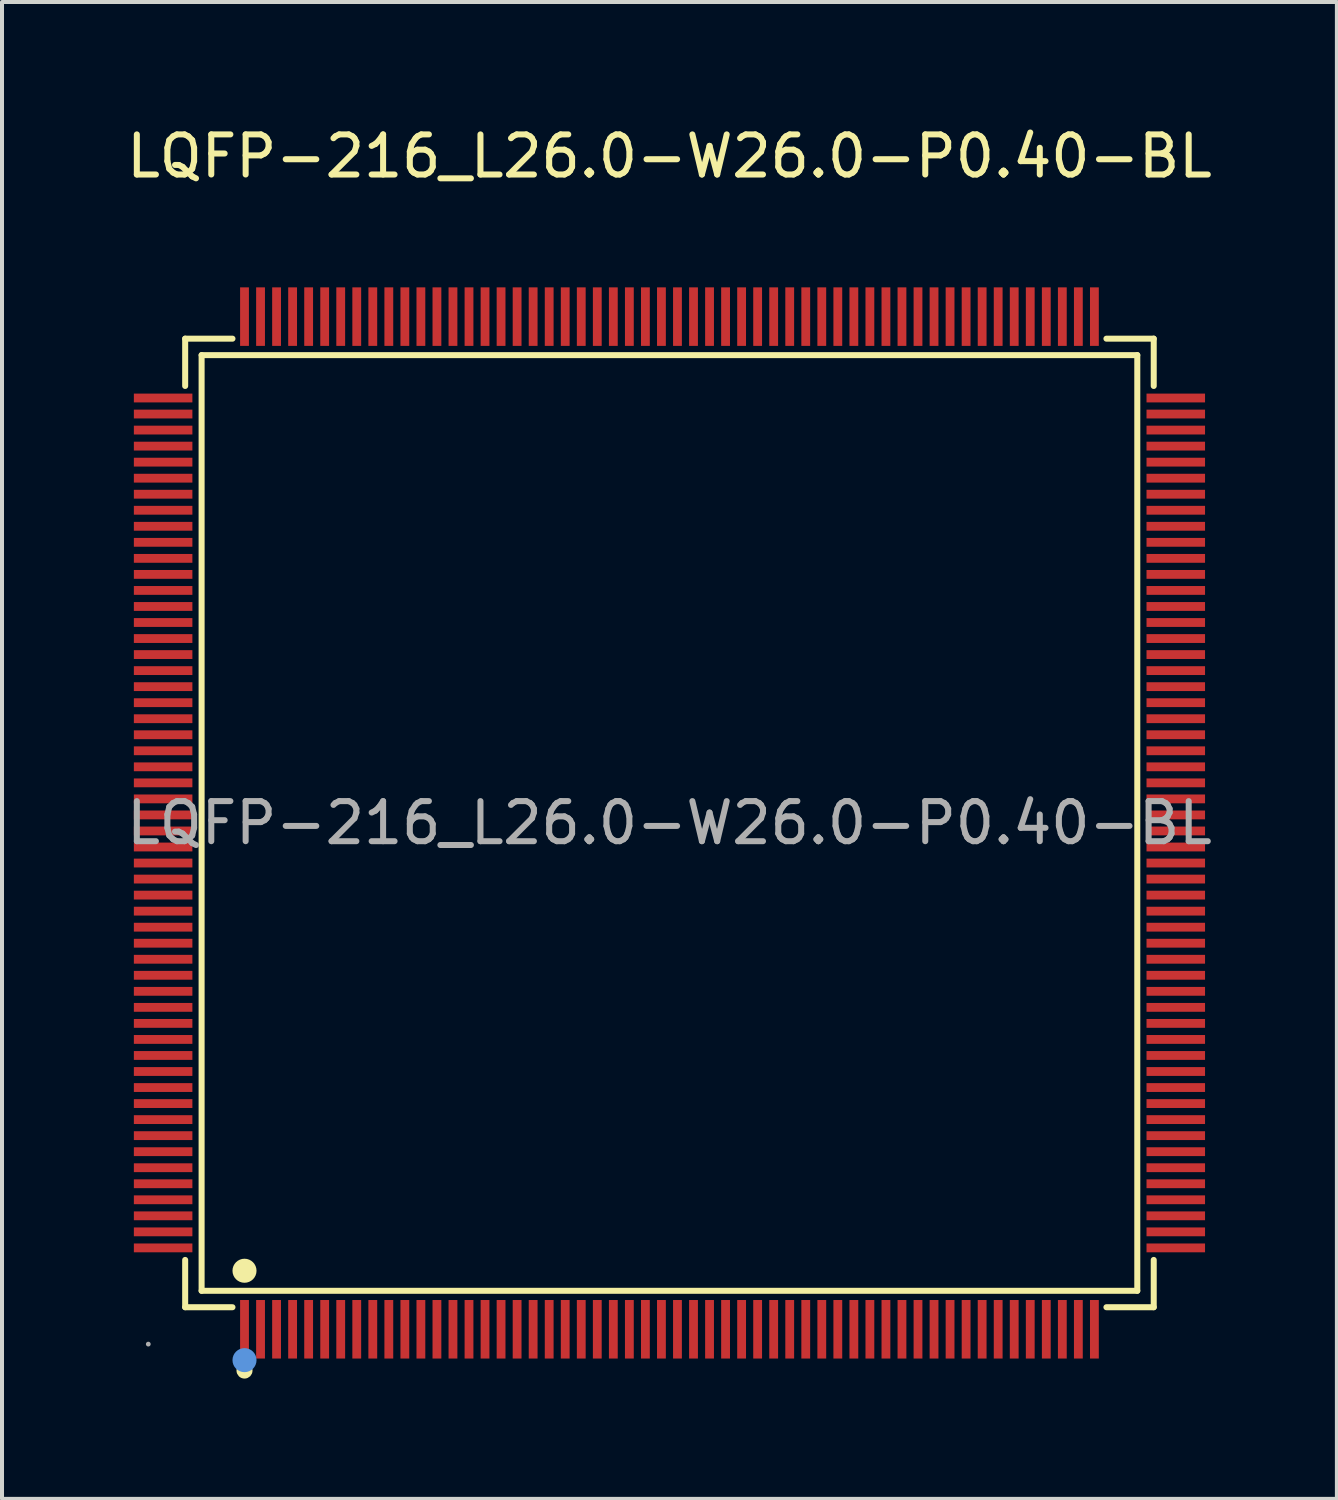
<source format=kicad_pcb>
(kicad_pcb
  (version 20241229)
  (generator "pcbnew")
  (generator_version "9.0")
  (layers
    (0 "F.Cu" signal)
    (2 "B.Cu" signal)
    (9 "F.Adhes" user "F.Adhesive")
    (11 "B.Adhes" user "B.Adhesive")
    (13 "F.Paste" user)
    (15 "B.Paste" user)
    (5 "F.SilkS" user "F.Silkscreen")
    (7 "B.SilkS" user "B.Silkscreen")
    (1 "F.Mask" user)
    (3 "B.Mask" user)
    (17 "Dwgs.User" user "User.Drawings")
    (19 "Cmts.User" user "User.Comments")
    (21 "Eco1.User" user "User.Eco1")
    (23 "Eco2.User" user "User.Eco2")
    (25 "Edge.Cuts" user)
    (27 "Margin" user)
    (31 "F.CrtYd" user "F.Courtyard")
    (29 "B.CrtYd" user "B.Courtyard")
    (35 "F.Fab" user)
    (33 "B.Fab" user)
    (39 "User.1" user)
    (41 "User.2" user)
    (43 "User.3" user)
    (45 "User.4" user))
  (footprint "LQFP-216_L26.0-W26.0-P0.40-BL"
    (layer "F.Cu")
    (at 13.649 17.478)
    (property "Reference" "LQFP-216_L26.0-W26.0-P0.40-BL" (at 0 -16.63 0) (layer "F.SilkS") (effects (font (size 1 1) (thickness 0.15))))
    (attr through_hole)
    (fp_line (start -12.08 -12.08) (end -10.9 -12.08) (stroke (width 0.15) (type solid)) (layer "F.SilkS"))
    (fp_line (start -12.08 -10.9) (end -12.08 -12.08) (stroke (width 0.15) (type solid)) (layer "F.SilkS"))
    (fp_line (start -12.08 10.9) (end -12.08 12.08) (stroke (width 0.15) (type solid)) (layer "F.SilkS"))
    (fp_line (start -12.08 12.08) (end -10.9 12.08) (stroke (width 0.15) (type solid)) (layer "F.SilkS"))
    (fp_line (start -11.67 -11.67) (end 11.67 -11.67) (stroke (width 0.15) (type solid)) (layer "F.SilkS"))
    (fp_line (start -11.67 11.67) (end -11.67 -11.67) (stroke (width 0.15) (type solid)) (layer "F.SilkS"))
    (fp_line (start 11.67 -11.67) (end 11.67 11.67) (stroke (width 0.15) (type solid)) (layer "F.SilkS"))
    (fp_line (start 11.67 11.67) (end -11.67 11.67) (stroke (width 0.15) (type solid)) (layer "F.SilkS"))
    (fp_line (start 12.08 -12.08) (end 10.9 -12.08) (stroke (width 0.15) (type solid)) (layer "F.SilkS"))
    (fp_line (start 12.08 -10.9) (end 12.08 -12.08) (stroke (width 0.15) (type solid)) (layer "F.SilkS"))
    (fp_line (start 12.08 10.9) (end 12.08 12.08) (stroke (width 0.15) (type solid)) (layer "F.SilkS"))
    (fp_line (start 12.08 12.08) (end 10.9 12.08) (stroke (width 0.15) (type solid)) (layer "F.SilkS"))
    (fp_circle (center -10.6 11.17) (end -10.45 11.17) (stroke (width 0.3) (type solid)) (fill no) (layer "F.SilkS"))
    (fp_circle (center -10.6 13.66) (end -10.5 13.66) (stroke (width 0.2) (type solid)) (fill no) (layer "F.SilkS"))
    (fp_circle (center -10.6 13.4) (end -10.45 13.4) (stroke (width 0.3) (type solid)) (fill no) (layer "Cmts.User"))
    (fp_circle (center -13 13) (end -12.97 13) (stroke (width 0.06) (type solid)) (fill no) (layer "F.Fab"))
    (fp_text user "${REFERENCE}" (at 0 0 0) (layer "F.Fab") (effects (font (size 1 1) (thickness 0.15))))
    (pad "1" smd rect (at -10.6 12.63) (size 0.22 1.46) (layers "F.Cu" "F.Mask" "F.Paste"))
    (pad "2" smd rect (at -10.2 12.63) (size 0.22 1.46) (layers "F.Cu" "F.Mask" "F.Paste"))
    (pad "3" smd rect (at -9.8 12.63) (size 0.22 1.46) (layers "F.Cu" "F.Mask" "F.Paste"))
    (pad "4" smd rect (at -9.4 12.63) (size 0.22 1.46) (layers "F.Cu" "F.Mask" "F.Paste"))
    (pad "5" smd rect (at -9 12.63) (size 0.22 1.46) (layers "F.Cu" "F.Mask" "F.Paste"))
    (pad "6" smd rect (at -8.6 12.63) (size 0.22 1.46) (layers "F.Cu" "F.Mask" "F.Paste"))
    (pad "7" smd rect (at -8.2 12.63) (size 0.22 1.46) (layers "F.Cu" "F.Mask" "F.Paste"))
    (pad "8" smd rect (at -7.8 12.63) (size 0.22 1.46) (layers "F.Cu" "F.Mask" "F.Paste"))
    (pad "9" smd rect (at -7.4 12.63) (size 0.22 1.46) (layers "F.Cu" "F.Mask" "F.Paste"))
    (pad "10" smd rect (at -7 12.63) (size 0.22 1.46) (layers "F.Cu" "F.Mask" "F.Paste"))
    (pad "11" smd rect (at -6.6 12.63) (size 0.22 1.46) (layers "F.Cu" "F.Mask" "F.Paste"))
    (pad "12" smd rect (at -6.2 12.63) (size 0.22 1.46) (layers "F.Cu" "F.Mask" "F.Paste"))
    (pad "13" smd rect (at -5.8 12.63) (size 0.22 1.46) (layers "F.Cu" "F.Mask" "F.Paste"))
    (pad "14" smd rect (at -5.4 12.63) (size 0.22 1.46) (layers "F.Cu" "F.Mask" "F.Paste"))
    (pad "15" smd rect (at -5 12.63) (size 0.22 1.46) (layers "F.Cu" "F.Mask" "F.Paste"))
    (pad "16" smd rect (at -4.6 12.63) (size 0.22 1.46) (layers "F.Cu" "F.Mask" "F.Paste"))
    (pad "17" smd rect (at -4.2 12.63) (size 0.22 1.46) (layers "F.Cu" "F.Mask" "F.Paste"))
    (pad "18" smd rect (at -3.8 12.63) (size 0.22 1.46) (layers "F.Cu" "F.Mask" "F.Paste"))
    (pad "19" smd rect (at -3.4 12.63) (size 0.22 1.46) (layers "F.Cu" "F.Mask" "F.Paste"))
    (pad "20" smd rect (at -3 12.63) (size 0.22 1.46) (layers "F.Cu" "F.Mask" "F.Paste"))
    (pad "21" smd rect (at -2.6 12.63) (size 0.22 1.46) (layers "F.Cu" "F.Mask" "F.Paste"))
    (pad "22" smd rect (at -2.2 12.63) (size 0.22 1.46) (layers "F.Cu" "F.Mask" "F.Paste"))
    (pad "23" smd rect (at -1.8 12.63) (size 0.22 1.46) (layers "F.Cu" "F.Mask" "F.Paste"))
    (pad "24" smd rect (at -1.4 12.63) (size 0.22 1.46) (layers "F.Cu" "F.Mask" "F.Paste"))
    (pad "25" smd rect (at -1 12.63) (size 0.22 1.46) (layers "F.Cu" "F.Mask" "F.Paste"))
    (pad "26" smd rect (at -0.6 12.63) (size 0.22 1.46) (layers "F.Cu" "F.Mask" "F.Paste"))
    (pad "27" smd rect (at -0.2 12.63) (size 0.22 1.46) (layers "F.Cu" "F.Mask" "F.Paste"))
    (pad "28" smd rect (at 0.2 12.63) (size 0.22 1.46) (layers "F.Cu" "F.Mask" "F.Paste"))
    (pad "29" smd rect (at 0.6 12.63) (size 0.22 1.46) (layers "F.Cu" "F.Mask" "F.Paste"))
    (pad "30" smd rect (at 1 12.63) (size 0.22 1.46) (layers "F.Cu" "F.Mask" "F.Paste"))
    (pad "31" smd rect (at 1.4 12.63) (size 0.22 1.46) (layers "F.Cu" "F.Mask" "F.Paste"))
    (pad "32" smd rect (at 1.8 12.63) (size 0.22 1.46) (layers "F.Cu" "F.Mask" "F.Paste"))
    (pad "33" smd rect (at 2.2 12.63) (size 0.22 1.46) (layers "F.Cu" "F.Mask" "F.Paste"))
    (pad "34" smd rect (at 2.6 12.63) (size 0.22 1.46) (layers "F.Cu" "F.Mask" "F.Paste"))
    (pad "35" smd rect (at 3 12.63) (size 0.22 1.46) (layers "F.Cu" "F.Mask" "F.Paste"))
    (pad "36" smd rect (at 3.4 12.63) (size 0.22 1.46) (layers "F.Cu" "F.Mask" "F.Paste"))
    (pad "37" smd rect (at 3.8 12.63) (size 0.22 1.46) (layers "F.Cu" "F.Mask" "F.Paste"))
    (pad "38" smd rect (at 4.2 12.63) (size 0.22 1.46) (layers "F.Cu" "F.Mask" "F.Paste"))
    (pad "39" smd rect (at 4.6 12.63) (size 0.22 1.46) (layers "F.Cu" "F.Mask" "F.Paste"))
    (pad "40" smd rect (at 5 12.63) (size 0.22 1.46) (layers "F.Cu" "F.Mask" "F.Paste"))
    (pad "41" smd rect (at 5.4 12.63) (size 0.22 1.46) (layers "F.Cu" "F.Mask" "F.Paste"))
    (pad "42" smd rect (at 5.8 12.63) (size 0.22 1.46) (layers "F.Cu" "F.Mask" "F.Paste"))
    (pad "43" smd rect (at 6.2 12.63) (size 0.22 1.46) (layers "F.Cu" "F.Mask" "F.Paste"))
    (pad "44" smd rect (at 6.6 12.63) (size 0.22 1.46) (layers "F.Cu" "F.Mask" "F.Paste"))
    (pad "45" smd rect (at 7 12.63) (size 0.22 1.46) (layers "F.Cu" "F.Mask" "F.Paste"))
    (pad "46" smd rect (at 7.4 12.63) (size 0.22 1.46) (layers "F.Cu" "F.Mask" "F.Paste"))
    (pad "47" smd rect (at 7.8 12.63) (size 0.22 1.46) (layers "F.Cu" "F.Mask" "F.Paste"))
    (pad "48" smd rect (at 8.2 12.63) (size 0.22 1.46) (layers "F.Cu" "F.Mask" "F.Paste"))
    (pad "49" smd rect (at 8.6 12.63) (size 0.22 1.46) (layers "F.Cu" "F.Mask" "F.Paste"))
    (pad "50" smd rect (at 9 12.63) (size 0.22 1.46) (layers "F.Cu" "F.Mask" "F.Paste"))
    (pad "51" smd rect (at 9.4 12.63) (size 0.22 1.46) (layers "F.Cu" "F.Mask" "F.Paste"))
    (pad "52" smd rect (at 9.8 12.63) (size 0.22 1.46) (layers "F.Cu" "F.Mask" "F.Paste"))
    (pad "53" smd rect (at 10.2 12.63) (size 0.22 1.46) (layers "F.Cu" "F.Mask" "F.Paste"))
    (pad "54" smd rect (at 10.6 12.63) (size 0.22 1.46) (layers "F.Cu" "F.Mask" "F.Paste"))
    (pad "55" smd rect (at 12.63 10.6) (size 1.46 0.22) (layers "F.Cu" "F.Mask" "F.Paste"))
    (pad "56" smd rect (at 12.63 10.2) (size 1.46 0.22) (layers "F.Cu" "F.Mask" "F.Paste"))
    (pad "57" smd rect (at 12.63 9.8) (size 1.46 0.22) (layers "F.Cu" "F.Mask" "F.Paste"))
    (pad "58" smd rect (at 12.63 9.4) (size 1.46 0.22) (layers "F.Cu" "F.Mask" "F.Paste"))
    (pad "59" smd rect (at 12.63 9) (size 1.46 0.22) (layers "F.Cu" "F.Mask" "F.Paste"))
    (pad "60" smd rect (at 12.63 8.6) (size 1.46 0.22) (layers "F.Cu" "F.Mask" "F.Paste"))
    (pad "61" smd rect (at 12.63 8.2) (size 1.46 0.22) (layers "F.Cu" "F.Mask" "F.Paste"))
    (pad "62" smd rect (at 12.63 7.8) (size 1.46 0.22) (layers "F.Cu" "F.Mask" "F.Paste"))
    (pad "63" smd rect (at 12.63 7.4) (size 1.46 0.22) (layers "F.Cu" "F.Mask" "F.Paste"))
    (pad "64" smd rect (at 12.63 7) (size 1.46 0.22) (layers "F.Cu" "F.Mask" "F.Paste"))
    (pad "65" smd rect (at 12.63 6.6) (size 1.46 0.22) (layers "F.Cu" "F.Mask" "F.Paste"))
    (pad "66" smd rect (at 12.63 6.2) (size 1.46 0.22) (layers "F.Cu" "F.Mask" "F.Paste"))
    (pad "67" smd rect (at 12.63 5.8) (size 1.46 0.22) (layers "F.Cu" "F.Mask" "F.Paste"))
    (pad "68" smd rect (at 12.63 5.4) (size 1.46 0.22) (layers "F.Cu" "F.Mask" "F.Paste"))
    (pad "69" smd rect (at 12.63 5) (size 1.46 0.22) (layers "F.Cu" "F.Mask" "F.Paste"))
    (pad "70" smd rect (at 12.63 4.6) (size 1.46 0.22) (layers "F.Cu" "F.Mask" "F.Paste"))
    (pad "71" smd rect (at 12.63 4.2) (size 1.46 0.22) (layers "F.Cu" "F.Mask" "F.Paste"))
    (pad "72" smd rect (at 12.63 3.8) (size 1.46 0.22) (layers "F.Cu" "F.Mask" "F.Paste"))
    (pad "73" smd rect (at 12.63 3.4) (size 1.46 0.22) (layers "F.Cu" "F.Mask" "F.Paste"))
    (pad "74" smd rect (at 12.63 3) (size 1.46 0.22) (layers "F.Cu" "F.Mask" "F.Paste"))
    (pad "75" smd rect (at 12.63 2.6) (size 1.46 0.22) (layers "F.Cu" "F.Mask" "F.Paste"))
    (pad "76" smd rect (at 12.63 2.2) (size 1.46 0.22) (layers "F.Cu" "F.Mask" "F.Paste"))
    (pad "77" smd rect (at 12.63 1.8) (size 1.46 0.22) (layers "F.Cu" "F.Mask" "F.Paste"))
    (pad "78" smd rect (at 12.63 1.4) (size 1.46 0.22) (layers "F.Cu" "F.Mask" "F.Paste"))
    (pad "79" smd rect (at 12.63 1) (size 1.46 0.22) (layers "F.Cu" "F.Mask" "F.Paste"))
    (pad "80" smd rect (at 12.63 0.6) (size 1.46 0.22) (layers "F.Cu" "F.Mask" "F.Paste"))
    (pad "81" smd rect (at 12.63 0.2) (size 1.46 0.22) (layers "F.Cu" "F.Mask" "F.Paste"))
    (pad "82" smd rect (at 12.63 -0.2) (size 1.46 0.22) (layers "F.Cu" "F.Mask" "F.Paste"))
    (pad "83" smd rect (at 12.63 -0.6) (size 1.46 0.22) (layers "F.Cu" "F.Mask" "F.Paste"))
    (pad "84" smd rect (at 12.63 -1) (size 1.46 0.22) (layers "F.Cu" "F.Mask" "F.Paste"))
    (pad "85" smd rect (at 12.63 -1.4) (size 1.46 0.22) (layers "F.Cu" "F.Mask" "F.Paste"))
    (pad "86" smd rect (at 12.63 -1.8) (size 1.46 0.22) (layers "F.Cu" "F.Mask" "F.Paste"))
    (pad "87" smd rect (at 12.63 -2.2) (size 1.46 0.22) (layers "F.Cu" "F.Mask" "F.Paste"))
    (pad "88" smd rect (at 12.63 -2.6) (size 1.46 0.22) (layers "F.Cu" "F.Mask" "F.Paste"))
    (pad "89" smd rect (at 12.63 -3) (size 1.46 0.22) (layers "F.Cu" "F.Mask" "F.Paste"))
    (pad "90" smd rect (at 12.63 -3.4) (size 1.46 0.22) (layers "F.Cu" "F.Mask" "F.Paste"))
    (pad "91" smd rect (at 12.63 -3.8) (size 1.46 0.22) (layers "F.Cu" "F.Mask" "F.Paste"))
    (pad "92" smd rect (at 12.63 -4.2) (size 1.46 0.22) (layers "F.Cu" "F.Mask" "F.Paste"))
    (pad "93" smd rect (at 12.63 -4.6) (size 1.46 0.22) (layers "F.Cu" "F.Mask" "F.Paste"))
    (pad "94" smd rect (at 12.63 -5) (size 1.46 0.22) (layers "F.Cu" "F.Mask" "F.Paste"))
    (pad "95" smd rect (at 12.63 -5.4) (size 1.46 0.22) (layers "F.Cu" "F.Mask" "F.Paste"))
    (pad "96" smd rect (at 12.63 -5.8) (size 1.46 0.22) (layers "F.Cu" "F.Mask" "F.Paste"))
    (pad "97" smd rect (at 12.63 -6.2) (size 1.46 0.22) (layers "F.Cu" "F.Mask" "F.Paste"))
    (pad "98" smd rect (at 12.63 -6.6) (size 1.46 0.22) (layers "F.Cu" "F.Mask" "F.Paste"))
    (pad "99" smd rect (at 12.63 -7) (size 1.46 0.22) (layers "F.Cu" "F.Mask" "F.Paste"))
    (pad "100" smd rect (at 12.63 -7.4) (size 1.46 0.22) (layers "F.Cu" "F.Mask" "F.Paste"))
    (pad "101" smd rect (at 12.63 -7.8) (size 1.46 0.22) (layers "F.Cu" "F.Mask" "F.Paste"))
    (pad "102" smd rect (at 12.63 -8.2) (size 1.46 0.22) (layers "F.Cu" "F.Mask" "F.Paste"))
    (pad "103" smd rect (at 12.63 -8.6) (size 1.46 0.22) (layers "F.Cu" "F.Mask" "F.Paste"))
    (pad "104" smd rect (at 12.63 -9) (size 1.46 0.22) (layers "F.Cu" "F.Mask" "F.Paste"))
    (pad "105" smd rect (at 12.63 -9.4) (size 1.46 0.22) (layers "F.Cu" "F.Mask" "F.Paste"))
    (pad "106" smd rect (at 12.63 -9.8) (size 1.46 0.22) (layers "F.Cu" "F.Mask" "F.Paste"))
    (pad "107" smd rect (at 12.63 -10.2) (size 1.46 0.22) (layers "F.Cu" "F.Mask" "F.Paste"))
    (pad "108" smd rect (at 12.63 -10.6) (size 1.46 0.22) (layers "F.Cu" "F.Mask" "F.Paste"))
    (pad "109" smd rect (at 10.6 -12.63) (size 0.22 1.46) (layers "F.Cu" "F.Mask" "F.Paste"))
    (pad "110" smd rect (at 10.2 -12.63) (size 0.22 1.46) (layers "F.Cu" "F.Mask" "F.Paste"))
    (pad "111" smd rect (at 9.8 -12.63) (size 0.22 1.46) (layers "F.Cu" "F.Mask" "F.Paste"))
    (pad "112" smd rect (at 9.4 -12.63) (size 0.22 1.46) (layers "F.Cu" "F.Mask" "F.Paste"))
    (pad "113" smd rect (at 9 -12.63) (size 0.22 1.46) (layers "F.Cu" "F.Mask" "F.Paste"))
    (pad "114" smd rect (at 8.6 -12.63) (size 0.22 1.46) (layers "F.Cu" "F.Mask" "F.Paste"))
    (pad "115" smd rect (at 8.2 -12.63) (size 0.22 1.46) (layers "F.Cu" "F.Mask" "F.Paste"))
    (pad "116" smd rect (at 7.8 -12.63) (size 0.22 1.46) (layers "F.Cu" "F.Mask" "F.Paste"))
    (pad "117" smd rect (at 7.4 -12.63) (size 0.22 1.46) (layers "F.Cu" "F.Mask" "F.Paste"))
    (pad "118" smd rect (at 7 -12.63) (size 0.22 1.46) (layers "F.Cu" "F.Mask" "F.Paste"))
    (pad "119" smd rect (at 6.6 -12.63) (size 0.22 1.46) (layers "F.Cu" "F.Mask" "F.Paste"))
    (pad "120" smd rect (at 6.2 -12.63) (size 0.22 1.46) (layers "F.Cu" "F.Mask" "F.Paste"))
    (pad "121" smd rect (at 5.8 -12.63) (size 0.22 1.46) (layers "F.Cu" "F.Mask" "F.Paste"))
    (pad "122" smd rect (at 5.4 -12.63) (size 0.22 1.46) (layers "F.Cu" "F.Mask" "F.Paste"))
    (pad "123" smd rect (at 5 -12.63) (size 0.22 1.46) (layers "F.Cu" "F.Mask" "F.Paste"))
    (pad "124" smd rect (at 4.6 -12.63) (size 0.22 1.46) (layers "F.Cu" "F.Mask" "F.Paste"))
    (pad "125" smd rect (at 4.2 -12.63) (size 0.22 1.46) (layers "F.Cu" "F.Mask" "F.Paste"))
    (pad "126" smd rect (at 3.8 -12.63) (size 0.22 1.46) (layers "F.Cu" "F.Mask" "F.Paste"))
    (pad "127" smd rect (at 3.4 -12.63) (size 0.22 1.46) (layers "F.Cu" "F.Mask" "F.Paste"))
    (pad "128" smd rect (at 3 -12.63) (size 0.22 1.46) (layers "F.Cu" "F.Mask" "F.Paste"))
    (pad "129" smd rect (at 2.6 -12.63) (size 0.22 1.46) (layers "F.Cu" "F.Mask" "F.Paste"))
    (pad "130" smd rect (at 2.2 -12.63) (size 0.22 1.46) (layers "F.Cu" "F.Mask" "F.Paste"))
    (pad "131" smd rect (at 1.8 -12.63) (size 0.22 1.46) (layers "F.Cu" "F.Mask" "F.Paste"))
    (pad "132" smd rect (at 1.4 -12.63) (size 0.22 1.46) (layers "F.Cu" "F.Mask" "F.Paste"))
    (pad "133" smd rect (at 1 -12.63) (size 0.22 1.46) (layers "F.Cu" "F.Mask" "F.Paste"))
    (pad "134" smd rect (at 0.6 -12.63) (size 0.22 1.46) (layers "F.Cu" "F.Mask" "F.Paste"))
    (pad "135" smd rect (at 0.2 -12.63) (size 0.22 1.46) (layers "F.Cu" "F.Mask" "F.Paste"))
    (pad "136" smd rect (at -0.2 -12.63) (size 0.22 1.46) (layers "F.Cu" "F.Mask" "F.Paste"))
    (pad "137" smd rect (at -0.6 -12.63) (size 0.22 1.46) (layers "F.Cu" "F.Mask" "F.Paste"))
    (pad "138" smd rect (at -1 -12.63) (size 0.22 1.46) (layers "F.Cu" "F.Mask" "F.Paste"))
    (pad "139" smd rect (at -1.4 -12.63) (size 0.22 1.46) (layers "F.Cu" "F.Mask" "F.Paste"))
    (pad "140" smd rect (at -1.8 -12.63) (size 0.22 1.46) (layers "F.Cu" "F.Mask" "F.Paste"))
    (pad "141" smd rect (at -2.2 -12.63) (size 0.22 1.46) (layers "F.Cu" "F.Mask" "F.Paste"))
    (pad "142" smd rect (at -2.6 -12.63) (size 0.22 1.46) (layers "F.Cu" "F.Mask" "F.Paste"))
    (pad "143" smd rect (at -3 -12.63) (size 0.22 1.46) (layers "F.Cu" "F.Mask" "F.Paste"))
    (pad "144" smd rect (at -3.4 -12.63) (size 0.22 1.46) (layers "F.Cu" "F.Mask" "F.Paste"))
    (pad "145" smd rect (at -3.8 -12.63) (size 0.22 1.46) (layers "F.Cu" "F.Mask" "F.Paste"))
    (pad "146" smd rect (at -4.2 -12.63) (size 0.22 1.46) (layers "F.Cu" "F.Mask" "F.Paste"))
    (pad "147" smd rect (at -4.6 -12.63) (size 0.22 1.46) (layers "F.Cu" "F.Mask" "F.Paste"))
    (pad "148" smd rect (at -5 -12.63) (size 0.22 1.46) (layers "F.Cu" "F.Mask" "F.Paste"))
    (pad "149" smd rect (at -5.4 -12.63) (size 0.22 1.46) (layers "F.Cu" "F.Mask" "F.Paste"))
    (pad "150" smd rect (at -5.8 -12.63) (size 0.22 1.46) (layers "F.Cu" "F.Mask" "F.Paste"))
    (pad "151" smd rect (at -6.2 -12.63) (size 0.22 1.46) (layers "F.Cu" "F.Mask" "F.Paste"))
    (pad "152" smd rect (at -6.6 -12.63) (size 0.22 1.46) (layers "F.Cu" "F.Mask" "F.Paste"))
    (pad "153" smd rect (at -7 -12.63) (size 0.22 1.46) (layers "F.Cu" "F.Mask" "F.Paste"))
    (pad "154" smd rect (at -7.4 -12.63) (size 0.22 1.46) (layers "F.Cu" "F.Mask" "F.Paste"))
    (pad "155" smd rect (at -7.8 -12.63) (size 0.22 1.46) (layers "F.Cu" "F.Mask" "F.Paste"))
    (pad "156" smd rect (at -8.2 -12.63) (size 0.22 1.46) (layers "F.Cu" "F.Mask" "F.Paste"))
    (pad "157" smd rect (at -8.6 -12.63) (size 0.22 1.46) (layers "F.Cu" "F.Mask" "F.Paste"))
    (pad "158" smd rect (at -9 -12.63) (size 0.22 1.46) (layers "F.Cu" "F.Mask" "F.Paste"))
    (pad "159" smd rect (at -9.4 -12.63) (size 0.22 1.46) (layers "F.Cu" "F.Mask" "F.Paste"))
    (pad "160" smd rect (at -9.8 -12.63) (size 0.22 1.46) (layers "F.Cu" "F.Mask" "F.Paste"))
    (pad "161" smd rect (at -10.2 -12.63) (size 0.22 1.46) (layers "F.Cu" "F.Mask" "F.Paste"))
    (pad "162" smd rect (at -10.6 -12.63) (size 0.22 1.46) (layers "F.Cu" "F.Mask" "F.Paste"))
    (pad "163" smd rect (at -12.63 -10.6) (size 1.46 0.22) (layers "F.Cu" "F.Mask" "F.Paste"))
    (pad "164" smd rect (at -12.63 -10.2) (size 1.46 0.22) (layers "F.Cu" "F.Mask" "F.Paste"))
    (pad "165" smd rect (at -12.63 -9.8) (size 1.46 0.22) (layers "F.Cu" "F.Mask" "F.Paste"))
    (pad "166" smd rect (at -12.63 -9.4) (size 1.46 0.22) (layers "F.Cu" "F.Mask" "F.Paste"))
    (pad "167" smd rect (at -12.63 -9) (size 1.46 0.22) (layers "F.Cu" "F.Mask" "F.Paste"))
    (pad "168" smd rect (at -12.63 -8.6) (size 1.46 0.22) (layers "F.Cu" "F.Mask" "F.Paste"))
    (pad "169" smd rect (at -12.63 -8.2) (size 1.46 0.22) (layers "F.Cu" "F.Mask" "F.Paste"))
    (pad "170" smd rect (at -12.63 -7.8) (size 1.46 0.22) (layers "F.Cu" "F.Mask" "F.Paste"))
    (pad "171" smd rect (at -12.63 -7.4) (size 1.46 0.22) (layers "F.Cu" "F.Mask" "F.Paste"))
    (pad "172" smd rect (at -12.63 -7) (size 1.46 0.22) (layers "F.Cu" "F.Mask" "F.Paste"))
    (pad "173" smd rect (at -12.63 -6.6) (size 1.46 0.22) (layers "F.Cu" "F.Mask" "F.Paste"))
    (pad "174" smd rect (at -12.63 -6.2) (size 1.46 0.22) (layers "F.Cu" "F.Mask" "F.Paste"))
    (pad "175" smd rect (at -12.63 -5.8) (size 1.46 0.22) (layers "F.Cu" "F.Mask" "F.Paste"))
    (pad "176" smd rect (at -12.63 -5.4) (size 1.46 0.22) (layers "F.Cu" "F.Mask" "F.Paste"))
    (pad "177" smd rect (at -12.63 -5) (size 1.46 0.22) (layers "F.Cu" "F.Mask" "F.Paste"))
    (pad "178" smd rect (at -12.63 -4.6) (size 1.46 0.22) (layers "F.Cu" "F.Mask" "F.Paste"))
    (pad "179" smd rect (at -12.63 -4.2) (size 1.46 0.22) (layers "F.Cu" "F.Mask" "F.Paste"))
    (pad "180" smd rect (at -12.63 -3.8) (size 1.46 0.22) (layers "F.Cu" "F.Mask" "F.Paste"))
    (pad "181" smd rect (at -12.63 -3.4) (size 1.46 0.22) (layers "F.Cu" "F.Mask" "F.Paste"))
    (pad "182" smd rect (at -12.63 -3) (size 1.46 0.22) (layers "F.Cu" "F.Mask" "F.Paste"))
    (pad "183" smd rect (at -12.63 -2.6) (size 1.46 0.22) (layers "F.Cu" "F.Mask" "F.Paste"))
    (pad "184" smd rect (at -12.63 -2.2) (size 1.46 0.22) (layers "F.Cu" "F.Mask" "F.Paste"))
    (pad "185" smd rect (at -12.63 -1.8) (size 1.46 0.22) (layers "F.Cu" "F.Mask" "F.Paste"))
    (pad "186" smd rect (at -12.63 -1.4) (size 1.46 0.22) (layers "F.Cu" "F.Mask" "F.Paste"))
    (pad "187" smd rect (at -12.63 -1) (size 1.46 0.22) (layers "F.Cu" "F.Mask" "F.Paste"))
    (pad "188" smd rect (at -12.63 -0.6) (size 1.46 0.22) (layers "F.Cu" "F.Mask" "F.Paste"))
    (pad "189" smd rect (at -12.63 -0.2) (size 1.46 0.22) (layers "F.Cu" "F.Mask" "F.Paste"))
    (pad "190" smd rect (at -12.63 0.2) (size 1.46 0.22) (layers "F.Cu" "F.Mask" "F.Paste"))
    (pad "191" smd rect (at -12.63 0.6) (size 1.46 0.22) (layers "F.Cu" "F.Mask" "F.Paste"))
    (pad "192" smd rect (at -12.63 1) (size 1.46 0.22) (layers "F.Cu" "F.Mask" "F.Paste"))
    (pad "193" smd rect (at -12.63 1.4) (size 1.46 0.22) (layers "F.Cu" "F.Mask" "F.Paste"))
    (pad "194" smd rect (at -12.63 1.8) (size 1.46 0.22) (layers "F.Cu" "F.Mask" "F.Paste"))
    (pad "195" smd rect (at -12.63 2.2) (size 1.46 0.22) (layers "F.Cu" "F.Mask" "F.Paste"))
    (pad "196" smd rect (at -12.63 2.6) (size 1.46 0.22) (layers "F.Cu" "F.Mask" "F.Paste"))
    (pad "197" smd rect (at -12.63 3) (size 1.46 0.22) (layers "F.Cu" "F.Mask" "F.Paste"))
    (pad "198" smd rect (at -12.63 3.4) (size 1.46 0.22) (layers "F.Cu" "F.Mask" "F.Paste"))
    (pad "199" smd rect (at -12.63 3.8) (size 1.46 0.22) (layers "F.Cu" "F.Mask" "F.Paste"))
    (pad "200" smd rect (at -12.63 4.2) (size 1.46 0.22) (layers "F.Cu" "F.Mask" "F.Paste"))
    (pad "201" smd rect (at -12.63 4.6) (size 1.46 0.22) (layers "F.Cu" "F.Mask" "F.Paste"))
    (pad "202" smd rect (at -12.63 5) (size 1.46 0.22) (layers "F.Cu" "F.Mask" "F.Paste"))
    (pad "203" smd rect (at -12.63 5.4) (size 1.46 0.22) (layers "F.Cu" "F.Mask" "F.Paste"))
    (pad "204" smd rect (at -12.63 5.8) (size 1.46 0.22) (layers "F.Cu" "F.Mask" "F.Paste"))
    (pad "205" smd rect (at -12.63 6.2) (size 1.46 0.22) (layers "F.Cu" "F.Mask" "F.Paste"))
    (pad "206" smd rect (at -12.63 6.6) (size 1.46 0.22) (layers "F.Cu" "F.Mask" "F.Paste"))
    (pad "207" smd rect (at -12.63 7) (size 1.46 0.22) (layers "F.Cu" "F.Mask" "F.Paste"))
    (pad "208" smd rect (at -12.63 7.4) (size 1.46 0.22) (layers "F.Cu" "F.Mask" "F.Paste"))
    (pad "209" smd rect (at -12.63 7.8) (size 1.46 0.22) (layers "F.Cu" "F.Mask" "F.Paste"))
    (pad "210" smd rect (at -12.63 8.2) (size 1.46 0.22) (layers "F.Cu" "F.Mask" "F.Paste"))
    (pad "211" smd rect (at -12.63 8.6) (size 1.46 0.22) (layers "F.Cu" "F.Mask" "F.Paste"))
    (pad "212" smd rect (at -12.63 9) (size 1.46 0.22) (layers "F.Cu" "F.Mask" "F.Paste"))
    (pad "213" smd rect (at -12.63 9.4) (size 1.46 0.22) (layers "F.Cu" "F.Mask" "F.Paste"))
    (pad "214" smd rect (at -12.63 9.8) (size 1.46 0.22) (layers "F.Cu" "F.Mask" "F.Paste"))
    (pad "215" smd rect (at -12.63 10.2) (size 1.46 0.22) (layers "F.Cu" "F.Mask" "F.Paste"))
    (pad "216" smd rect (at -12.63 10.6) (size 1.46 0.22) (layers "F.Cu" "F.Mask" "F.Paste")))
  (gr_rect
    (start -3 -3)
    (end 30.298 34.338)
    (stroke (width 0.1) (type default))
    (fill no)
    (layer "Edge.Cuts")))
</source>
